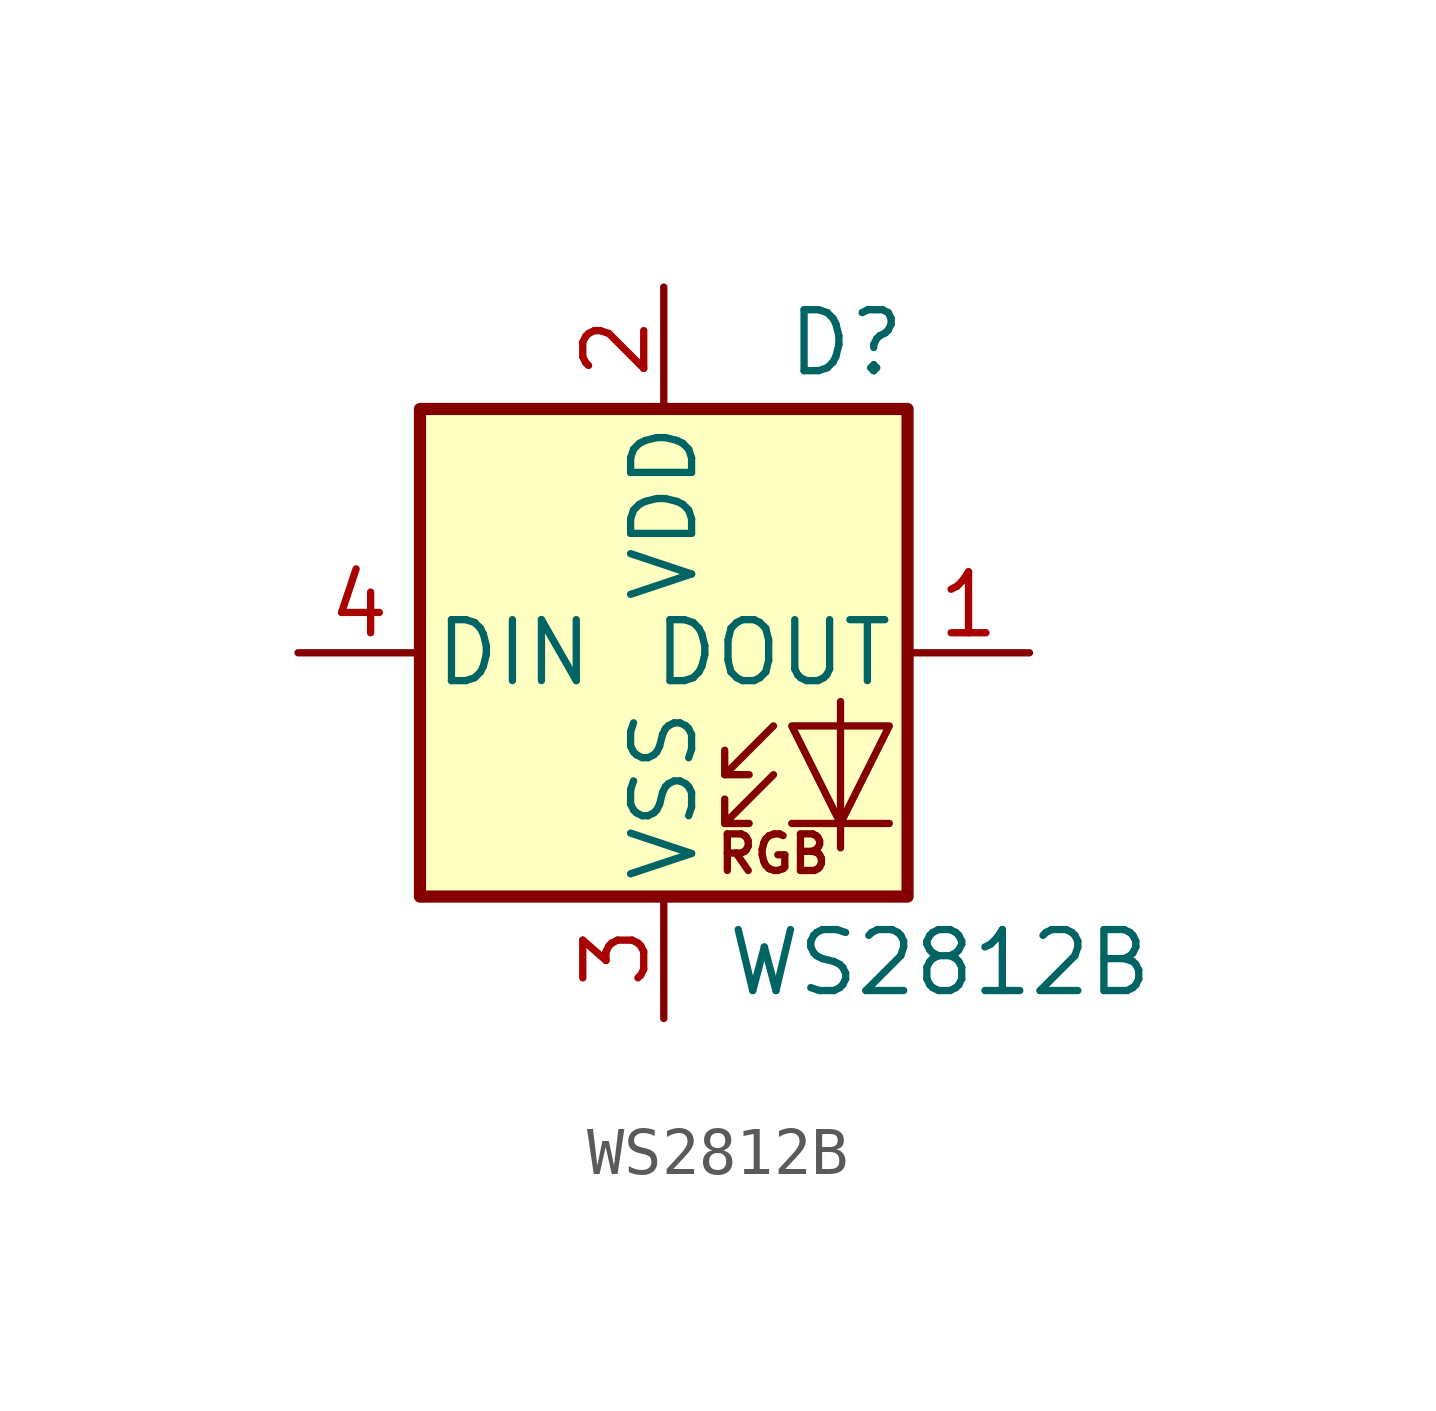
<source format=kicad_sym>
(kicad_symbol_lib
  (version 20211014)
  (generator kicad_symbol_editor)
  (symbol "WS2812B"
    (pin_names
      (offset 0.254))
    (property "Reference" "D"
      (at 5.08 5.715 0)
      (effects (font (size 1.27 1.27)) (justify right bottom)))
    (property "Value" "WS2812B"
      (at 1.27 -5.715 0)
      (effects (font (size 1.27 1.27)) (justify left top)))
    (symbol "WS2812B_0_0"
      (text "RGB" (at 2.286 -4.191 0) (effects (font (size 0.762 0.762)))))
    (symbol "WS2812B_0_1"
      (polyline (pts (xy 1.27 -3.556) (xy 1.778 -3.556)) (stroke (width 0) (type default) (color 0 0 0 0)) (fill (type none)))
      (polyline (pts (xy 1.27 -2.54) (xy 1.778 -2.54)) (stroke (width 0) (type default) (color 0 0 0 0)) (fill (type none)))
      (polyline (pts (xy 4.699 -3.556) (xy 2.667 -3.556)) (stroke (width 0) (type default) (color 0 0 0 0)) (fill (type none)))
      (polyline (pts (xy 2.286 -2.54) (xy 1.27 -3.556) (xy 1.27 -3.048)) (stroke (width 0) (type default) (color 0 0 0 0)) (fill (type none)))
      (polyline (pts (xy 2.286 -1.524) (xy 1.27 -2.54) (xy 1.27 -2.032)) (stroke (width 0) (type default) (color 0 0 0 0)) (fill (type none)))
      (polyline (pts (xy 3.683 -1.016) (xy 3.683 -3.556) (xy 3.683 -4.064)) (stroke (width 0) (type default) (color 0 0 0 0)) (fill (type none)))
      (polyline (pts (xy 4.699 -1.524) (xy 2.667 -1.524) (xy 3.683 -3.556) (xy 4.699 -1.524)) (stroke (width 0) (type default) (color 0 0 0 0)) (fill (type none)))
      (rectangle (start 5.08 5.08) (end -5.08 -5.08) (stroke (width 0.254) (type default) (color 0 0 0 0)) (fill (type background))))
    (symbol "WS2812B_1_1"
      (pin output line (at 7.62 0 180) (length 2.54) (name "DOUT" (effects (font (size 1.27 1.27)))) (number "1" (effects (font (size 1.27 1.27)))))
      (pin power_in line (at 0 7.62 270) (length 2.54) (name "VDD" (effects (font (size 1.27 1.27)))) (number "2" (effects (font (size 1.27 1.27)))))
      (pin power_in line (at 0 -7.62 90) (length 2.54) (name "VSS" (effects (font (size 1.27 1.27)))) (number "3" (effects (font (size 1.27 1.27)))))
      (pin input line (at -7.62 0 0) (length 2.54) (name "DIN" (effects (font (size 1.27 1.27)))) (number "4" (effects (font (size 1.27 1.27))))))))
</source>
